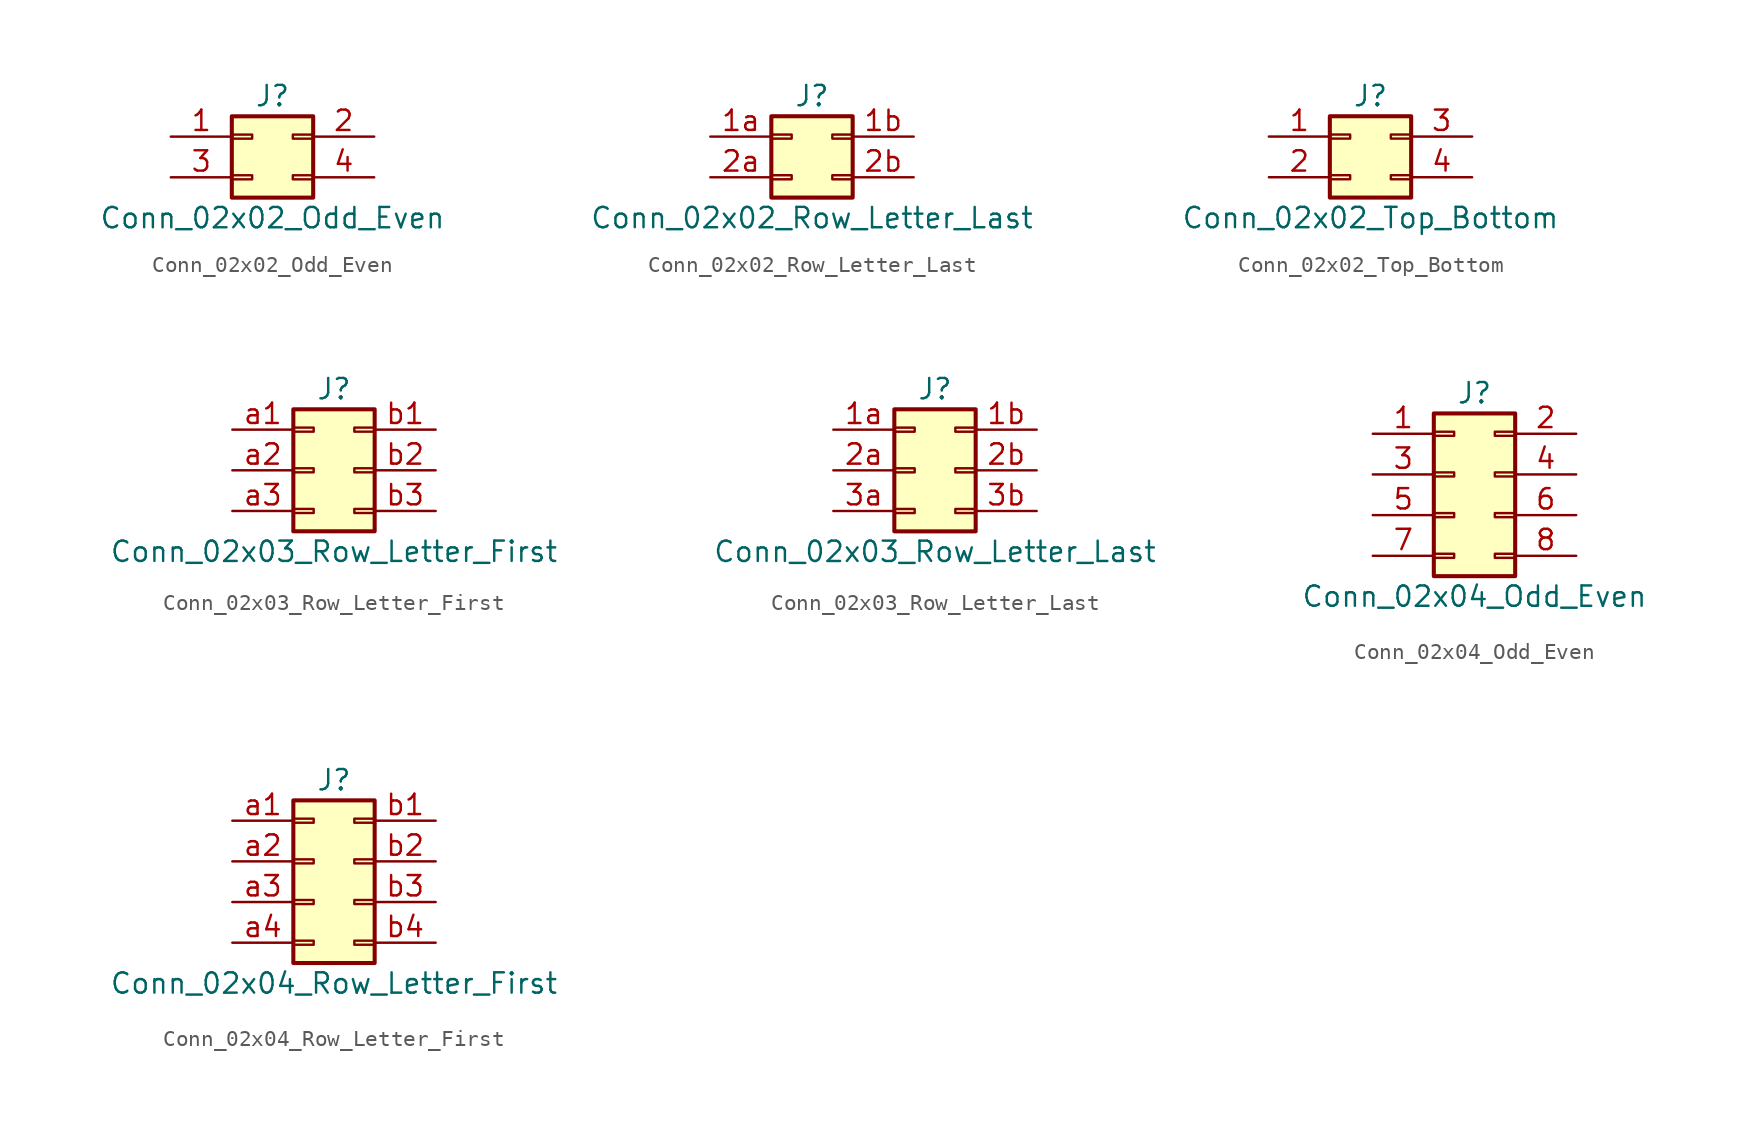
<source format=kicad_sym>
(kicad_symbol_lib
  (version 20211014)
  (generator kicad_symbol_editor)
  (symbol "Conn_02x02_Odd_Even"
    (pin_names
      (offset 1.016) hide)
    (property "Reference" "J"
      (at 1.27 2.54 0)
      (effects (font (size 1.27 1.27))))
    (property "Value" "Conn_02x02_Odd_Even"
      (at 1.27 -5.08 0)
      (effects (font (size 1.27 1.27))))
    (symbol "Conn_02x02_Odd_Even_1_1"
      (rectangle (start -1.27 -2.413) (end 0 -2.667) (stroke (width 0.152) (type default) (color 0 0 0 0)) (fill (type none)))
      (rectangle (start -1.27 0.127) (end 0 -0.127) (stroke (width 0.152) (type default) (color 0 0 0 0)) (fill (type none)))
      (rectangle (start -1.27 1.27) (end 3.81 -3.81) (stroke (width 0.254) (type default) (color 0 0 0 0)) (fill (type background)))
      (rectangle (start 3.81 -2.413) (end 2.54 -2.667) (stroke (width 0.152) (type default) (color 0 0 0 0)) (fill (type none)))
      (rectangle (start 3.81 0.127) (end 2.54 -0.127) (stroke (width 0.152) (type default) (color 0 0 0 0)) (fill (type none)))
      (pin passive line (at -5.08 0 0) (length 3.81) (name "Pin_1" (effects (font (size 1.27 1.27)))) (number "1" (effects (font (size 1.27 1.27)))))
      (pin passive line (at 7.62 0 180) (length 3.81) (name "Pin_2" (effects (font (size 1.27 1.27)))) (number "2" (effects (font (size 1.27 1.27)))))
      (pin passive line (at -5.08 -2.54 0) (length 3.81) (name "Pin_3" (effects (font (size 1.27 1.27)))) (number "3" (effects (font (size 1.27 1.27)))))
      (pin passive line (at 7.62 -2.54 180) (length 3.81) (name "Pin_4" (effects (font (size 1.27 1.27)))) (number "4" (effects (font (size 1.27 1.27)))))))
  (symbol "Conn_02x02_Row_Letter_Last"
    (pin_names
      (offset 1.016) hide)
    (property "Reference" "J"
      (at 1.27 2.54 0)
      (effects (font (size 1.27 1.27))))
    (property "Value" "Conn_02x02_Row_Letter_Last"
      (at 1.27 -5.08 0)
      (effects (font (size 1.27 1.27))))
    (symbol "Conn_02x02_Row_Letter_Last_1_1"
      (rectangle (start -1.27 -2.413) (end 0 -2.667) (stroke (width 0.152) (type default) (color 0 0 0 0)) (fill (type none)))
      (rectangle (start -1.27 0.127) (end 0 -0.127) (stroke (width 0.152) (type default) (color 0 0 0 0)) (fill (type none)))
      (rectangle (start -1.27 1.27) (end 3.81 -3.81) (stroke (width 0.254) (type default) (color 0 0 0 0)) (fill (type background)))
      (rectangle (start 3.81 -2.413) (end 2.54 -2.667) (stroke (width 0.152) (type default) (color 0 0 0 0)) (fill (type none)))
      (rectangle (start 3.81 0.127) (end 2.54 -0.127) (stroke (width 0.152) (type default) (color 0 0 0 0)) (fill (type none)))
      (pin passive line (at -5.08 0 0) (length 3.81) (name "Pin_1a" (effects (font (size 1.27 1.27)))) (number "1a" (effects (font (size 1.27 1.27)))))
      (pin passive line (at 7.62 0 180) (length 3.81) (name "Pin_1b" (effects (font (size 1.27 1.27)))) (number "1b" (effects (font (size 1.27 1.27)))))
      (pin passive line (at -5.08 -2.54 0) (length 3.81) (name "Pin_2a" (effects (font (size 1.27 1.27)))) (number "2a" (effects (font (size 1.27 1.27)))))
      (pin passive line (at 7.62 -2.54 180) (length 3.81) (name "Pin_2b" (effects (font (size 1.27 1.27)))) (number "2b" (effects (font (size 1.27 1.27)))))))
  (symbol "Conn_02x02_Top_Bottom"
    (pin_names
      (offset 1.016) hide)
    (property "Reference" "J"
      (at 1.27 2.54 0)
      (effects (font (size 1.27 1.27))))
    (property "Value" "Conn_02x02_Top_Bottom"
      (at 1.27 -5.08 0)
      (effects (font (size 1.27 1.27))))
    (symbol "Conn_02x02_Top_Bottom_1_1"
      (rectangle (start -1.27 -2.413) (end 0 -2.667) (stroke (width 0.152) (type default) (color 0 0 0 0)) (fill (type none)))
      (rectangle (start -1.27 0.127) (end 0 -0.127) (stroke (width 0.152) (type default) (color 0 0 0 0)) (fill (type none)))
      (rectangle (start -1.27 1.27) (end 3.81 -3.81) (stroke (width 0.254) (type default) (color 0 0 0 0)) (fill (type background)))
      (rectangle (start 3.81 -2.413) (end 2.54 -2.667) (stroke (width 0.152) (type default) (color 0 0 0 0)) (fill (type none)))
      (rectangle (start 3.81 0.127) (end 2.54 -0.127) (stroke (width 0.152) (type default) (color 0 0 0 0)) (fill (type none)))
      (pin passive line (at -5.08 0 0) (length 3.81) (name "Pin_1" (effects (font (size 1.27 1.27)))) (number "1" (effects (font (size 1.27 1.27)))))
      (pin passive line (at -5.08 -2.54 0) (length 3.81) (name "Pin_2" (effects (font (size 1.27 1.27)))) (number "2" (effects (font (size 1.27 1.27)))))
      (pin passive line (at 7.62 0 180) (length 3.81) (name "Pin_3" (effects (font (size 1.27 1.27)))) (number "3" (effects (font (size 1.27 1.27)))))
      (pin passive line (at 7.62 -2.54 180) (length 3.81) (name "Pin_4" (effects (font (size 1.27 1.27)))) (number "4" (effects (font (size 1.27 1.27)))))))
  (symbol "Conn_02x03_Row_Letter_First"
    (pin_names
      (offset 1.016) hide)
    (property "Reference" "J"
      (at 1.27 5.08 0)
      (effects (font (size 1.27 1.27))))
    (property "Value" "Conn_02x03_Row_Letter_First"
      (at 1.27 -5.08 0)
      (effects (font (size 1.27 1.27))))
    (symbol "Conn_02x03_Row_Letter_First_1_1"
      (rectangle (start -1.27 -2.413) (end 0 -2.667) (stroke (width 0.152) (type default) (color 0 0 0 0)) (fill (type none)))
      (rectangle (start -1.27 0.127) (end 0 -0.127) (stroke (width 0.152) (type default) (color 0 0 0 0)) (fill (type none)))
      (rectangle (start -1.27 2.667) (end 0 2.413) (stroke (width 0.152) (type default) (color 0 0 0 0)) (fill (type none)))
      (rectangle (start -1.27 3.81) (end 3.81 -3.81) (stroke (width 0.254) (type default) (color 0 0 0 0)) (fill (type background)))
      (rectangle (start 3.81 -2.413) (end 2.54 -2.667) (stroke (width 0.152) (type default) (color 0 0 0 0)) (fill (type none)))
      (rectangle (start 3.81 0.127) (end 2.54 -0.127) (stroke (width 0.152) (type default) (color 0 0 0 0)) (fill (type none)))
      (rectangle (start 3.81 2.667) (end 2.54 2.413) (stroke (width 0.152) (type default) (color 0 0 0 0)) (fill (type none)))
      (pin passive line (at -5.08 2.54 0) (length 3.81) (name "Pin_a1" (effects (font (size 1.27 1.27)))) (number "a1" (effects (font (size 1.27 1.27)))))
      (pin passive line (at -5.08 0 0) (length 3.81) (name "Pin_a2" (effects (font (size 1.27 1.27)))) (number "a2" (effects (font (size 1.27 1.27)))))
      (pin passive line (at -5.08 -2.54 0) (length 3.81) (name "Pin_a3" (effects (font (size 1.27 1.27)))) (number "a3" (effects (font (size 1.27 1.27)))))
      (pin passive line (at 7.62 2.54 180) (length 3.81) (name "Pin_b1" (effects (font (size 1.27 1.27)))) (number "b1" (effects (font (size 1.27 1.27)))))
      (pin passive line (at 7.62 0 180) (length 3.81) (name "Pin_b2" (effects (font (size 1.27 1.27)))) (number "b2" (effects (font (size 1.27 1.27)))))
      (pin passive line (at 7.62 -2.54 180) (length 3.81) (name "Pin_b3" (effects (font (size 1.27 1.27)))) (number "b3" (effects (font (size 1.27 1.27)))))))
  (symbol "Conn_02x03_Row_Letter_Last"
    (pin_names
      (offset 1.016) hide)
    (property "Reference" "J"
      (at 1.27 5.08 0)
      (effects (font (size 1.27 1.27))))
    (property "Value" "Conn_02x03_Row_Letter_Last"
      (at 1.27 -5.08 0)
      (effects (font (size 1.27 1.27))))
    (symbol "Conn_02x03_Row_Letter_Last_1_1"
      (rectangle (start -1.27 -2.413) (end 0 -2.667) (stroke (width 0.152) (type default) (color 0 0 0 0)) (fill (type none)))
      (rectangle (start -1.27 0.127) (end 0 -0.127) (stroke (width 0.152) (type default) (color 0 0 0 0)) (fill (type none)))
      (rectangle (start -1.27 2.667) (end 0 2.413) (stroke (width 0.152) (type default) (color 0 0 0 0)) (fill (type none)))
      (rectangle (start -1.27 3.81) (end 3.81 -3.81) (stroke (width 0.254) (type default) (color 0 0 0 0)) (fill (type background)))
      (rectangle (start 3.81 -2.413) (end 2.54 -2.667) (stroke (width 0.152) (type default) (color 0 0 0 0)) (fill (type none)))
      (rectangle (start 3.81 0.127) (end 2.54 -0.127) (stroke (width 0.152) (type default) (color 0 0 0 0)) (fill (type none)))
      (rectangle (start 3.81 2.667) (end 2.54 2.413) (stroke (width 0.152) (type default) (color 0 0 0 0)) (fill (type none)))
      (pin passive line (at -5.08 2.54 0) (length 3.81) (name "Pin_1a" (effects (font (size 1.27 1.27)))) (number "1a" (effects (font (size 1.27 1.27)))))
      (pin passive line (at 7.62 2.54 180) (length 3.81) (name "Pin_1b" (effects (font (size 1.27 1.27)))) (number "1b" (effects (font (size 1.27 1.27)))))
      (pin passive line (at -5.08 0 0) (length 3.81) (name "Pin_2a" (effects (font (size 1.27 1.27)))) (number "2a" (effects (font (size 1.27 1.27)))))
      (pin passive line (at 7.62 0 180) (length 3.81) (name "Pin_2b" (effects (font (size 1.27 1.27)))) (number "2b" (effects (font (size 1.27 1.27)))))
      (pin passive line (at -5.08 -2.54 0) (length 3.81) (name "Pin_3a" (effects (font (size 1.27 1.27)))) (number "3a" (effects (font (size 1.27 1.27)))))
      (pin passive line (at 7.62 -2.54 180) (length 3.81) (name "Pin_3b" (effects (font (size 1.27 1.27)))) (number "3b" (effects (font (size 1.27 1.27)))))))
  (symbol "Conn_02x04_Odd_Even"
    (pin_names
      (offset 1.016) hide)
    (property "Reference" "J"
      (at 1.27 5.08 0)
      (effects (font (size 1.27 1.27))))
    (property "Value" "Conn_02x04_Odd_Even"
      (at 1.27 -7.62 0)
      (effects (font (size 1.27 1.27))))
    (symbol "Conn_02x04_Odd_Even_1_1"
      (rectangle (start -1.27 -4.953) (end 0 -5.207) (stroke (width 0.152) (type default) (color 0 0 0 0)) (fill (type none)))
      (rectangle (start -1.27 -2.413) (end 0 -2.667) (stroke (width 0.152) (type default) (color 0 0 0 0)) (fill (type none)))
      (rectangle (start -1.27 0.127) (end 0 -0.127) (stroke (width 0.152) (type default) (color 0 0 0 0)) (fill (type none)))
      (rectangle (start -1.27 2.667) (end 0 2.413) (stroke (width 0.152) (type default) (color 0 0 0 0)) (fill (type none)))
      (rectangle (start -1.27 3.81) (end 3.81 -6.35) (stroke (width 0.254) (type default) (color 0 0 0 0)) (fill (type background)))
      (rectangle (start 3.81 -4.953) (end 2.54 -5.207) (stroke (width 0.152) (type default) (color 0 0 0 0)) (fill (type none)))
      (rectangle (start 3.81 -2.413) (end 2.54 -2.667) (stroke (width 0.152) (type default) (color 0 0 0 0)) (fill (type none)))
      (rectangle (start 3.81 0.127) (end 2.54 -0.127) (stroke (width 0.152) (type default) (color 0 0 0 0)) (fill (type none)))
      (rectangle (start 3.81 2.667) (end 2.54 2.413) (stroke (width 0.152) (type default) (color 0 0 0 0)) (fill (type none)))
      (pin passive line (at -5.08 2.54 0) (length 3.81) (name "Pin_1" (effects (font (size 1.27 1.27)))) (number "1" (effects (font (size 1.27 1.27)))))
      (pin passive line (at 7.62 2.54 180) (length 3.81) (name "Pin_2" (effects (font (size 1.27 1.27)))) (number "2" (effects (font (size 1.27 1.27)))))
      (pin passive line (at -5.08 0 0) (length 3.81) (name "Pin_3" (effects (font (size 1.27 1.27)))) (number "3" (effects (font (size 1.27 1.27)))))
      (pin passive line (at 7.62 0 180) (length 3.81) (name "Pin_4" (effects (font (size 1.27 1.27)))) (number "4" (effects (font (size 1.27 1.27)))))
      (pin passive line (at -5.08 -2.54 0) (length 3.81) (name "Pin_5" (effects (font (size 1.27 1.27)))) (number "5" (effects (font (size 1.27 1.27)))))
      (pin passive line (at 7.62 -2.54 180) (length 3.81) (name "Pin_6" (effects (font (size 1.27 1.27)))) (number "6" (effects (font (size 1.27 1.27)))))
      (pin passive line (at -5.08 -5.08 0) (length 3.81) (name "Pin_7" (effects (font (size 1.27 1.27)))) (number "7" (effects (font (size 1.27 1.27)))))
      (pin passive line (at 7.62 -5.08 180) (length 3.81) (name "Pin_8" (effects (font (size 1.27 1.27)))) (number "8" (effects (font (size 1.27 1.27)))))))
  (symbol "Conn_02x04_Row_Letter_First"
    (pin_names
      (offset 1.016) hide)
    (property "Reference" "J"
      (at 1.27 5.08 0)
      (effects (font (size 1.27 1.27))))
    (property "Value" "Conn_02x04_Row_Letter_First"
      (at 1.27 -7.62 0)
      (effects (font (size 1.27 1.27))))
    (symbol "Conn_02x04_Row_Letter_First_1_1"
      (rectangle (start -1.27 -4.953) (end 0 -5.207) (stroke (width 0.152) (type default) (color 0 0 0 0)) (fill (type none)))
      (rectangle (start -1.27 -2.413) (end 0 -2.667) (stroke (width 0.152) (type default) (color 0 0 0 0)) (fill (type none)))
      (rectangle (start -1.27 0.127) (end 0 -0.127) (stroke (width 0.152) (type default) (color 0 0 0 0)) (fill (type none)))
      (rectangle (start -1.27 2.667) (end 0 2.413) (stroke (width 0.152) (type default) (color 0 0 0 0)) (fill (type none)))
      (rectangle (start -1.27 3.81) (end 3.81 -6.35) (stroke (width 0.254) (type default) (color 0 0 0 0)) (fill (type background)))
      (rectangle (start 3.81 -4.953) (end 2.54 -5.207) (stroke (width 0.152) (type default) (color 0 0 0 0)) (fill (type none)))
      (rectangle (start 3.81 -2.413) (end 2.54 -2.667) (stroke (width 0.152) (type default) (color 0 0 0 0)) (fill (type none)))
      (rectangle (start 3.81 0.127) (end 2.54 -0.127) (stroke (width 0.152) (type default) (color 0 0 0 0)) (fill (type none)))
      (rectangle (start 3.81 2.667) (end 2.54 2.413) (stroke (width 0.152) (type default) (color 0 0 0 0)) (fill (type none)))
      (pin passive line (at -5.08 2.54 0) (length 3.81) (name "Pin_a1" (effects (font (size 1.27 1.27)))) (number "a1" (effects (font (size 1.27 1.27)))))
      (pin passive line (at -5.08 0 0) (length 3.81) (name "Pin_a2" (effects (font (size 1.27 1.27)))) (number "a2" (effects (font (size 1.27 1.27)))))
      (pin passive line (at -5.08 -2.54 0) (length 3.81) (name "Pin_a3" (effects (font (size 1.27 1.27)))) (number "a3" (effects (font (size 1.27 1.27)))))
      (pin passive line (at -5.08 -5.08 0) (length 3.81) (name "Pin_a4" (effects (font (size 1.27 1.27)))) (number "a4" (effects (font (size 1.27 1.27)))))
      (pin passive line (at 7.62 2.54 180) (length 3.81) (name "Pin_b1" (effects (font (size 1.27 1.27)))) (number "b1" (effects (font (size 1.27 1.27)))))
      (pin passive line (at 7.62 0 180) (length 3.81) (name "Pin_b2" (effects (font (size 1.27 1.27)))) (number "b2" (effects (font (size 1.27 1.27)))))
      (pin passive line (at 7.62 -2.54 180) (length 3.81) (name "Pin_b3" (effects (font (size 1.27 1.27)))) (number "b3" (effects (font (size 1.27 1.27)))))
      (pin passive line (at 7.62 -5.08 180) (length 3.81) (name "Pin_b4" (effects (font (size 1.27 1.27)))) (number "b4" (effects (font (size 1.27 1.27))))))))
</source>
